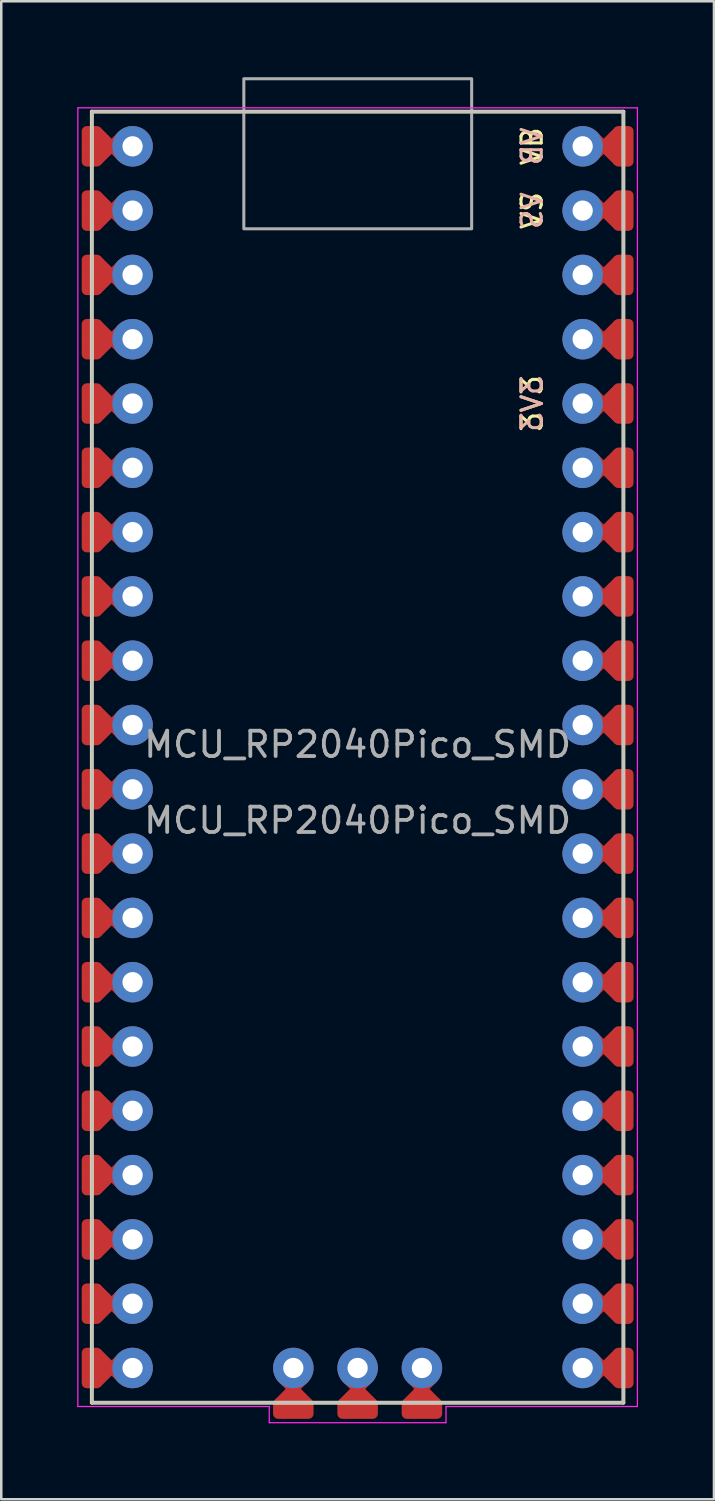
<source format=kicad_pcb>
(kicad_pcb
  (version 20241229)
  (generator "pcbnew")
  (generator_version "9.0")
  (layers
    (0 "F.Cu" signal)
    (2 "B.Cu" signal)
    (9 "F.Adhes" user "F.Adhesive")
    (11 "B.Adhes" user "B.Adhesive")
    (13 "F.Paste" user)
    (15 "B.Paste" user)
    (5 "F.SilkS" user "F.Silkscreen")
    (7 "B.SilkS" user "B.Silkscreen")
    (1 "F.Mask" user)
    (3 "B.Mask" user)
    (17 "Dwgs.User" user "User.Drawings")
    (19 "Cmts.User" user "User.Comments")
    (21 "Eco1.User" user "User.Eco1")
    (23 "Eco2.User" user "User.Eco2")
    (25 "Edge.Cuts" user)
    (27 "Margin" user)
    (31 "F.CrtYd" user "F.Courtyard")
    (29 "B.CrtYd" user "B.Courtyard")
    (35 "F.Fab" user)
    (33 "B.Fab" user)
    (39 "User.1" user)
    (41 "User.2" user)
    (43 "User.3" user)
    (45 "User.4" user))
  (footprint "MCU_RP2040Pico_SMD"
    (layer "F.Cu")
    (at 11.077 26.86)
    (property "Reference" "MCU_RP2040Pico_SMD" (at 0 -0.5 0) (unlocked yes) (layer "F.Fab") (effects (font (size 1 1) (thickness 0.15))))
    (attr through_hole)
    (fp_line (start -10.5 -25.5) (end -10.5 25.5) (stroke (width 0.15) (type default)) (layer "F.SilkS"))
    (fp_line (start -10.5 -25.5) (end 10.5 -25.5) (stroke (width 0.15) (type default)) (layer "F.SilkS"))
    (fp_line (start 10.5 25.5) (end -10.5 25.5) (stroke (width 0.15) (type default)) (layer "F.SilkS"))
    (fp_line (start 10.5 25.5) (end 10.5 -25.5) (stroke (width 0.15) (type default)) (layer "F.SilkS"))
    (fp_rect (start -10.5 -25.5) (end 10.5 25.5) (stroke (width 0.12) (type default)) (fill no) (layer "Dwgs.User"))
    (fp_line (start -11.052 -25.65) (end -11.052 25.65) (stroke (width 0.05) (type default)) (layer "F.CrtYd"))
    (fp_line (start -11.052 -25.65) (end 11.052 -25.65) (stroke (width 0.05) (type default)) (layer "F.CrtYd"))
    (fp_line (start -3.49 25.65) (end -11.052 25.65) (stroke (width 0.05) (type default)) (layer "F.CrtYd"))
    (fp_line (start -3.49 25.65) (end -3.49 26.29) (stroke (width 0.05) (type default)) (layer "F.CrtYd"))
    (fp_line (start -3.49 26.29) (end 3.49 26.29) (stroke (width 0.05) (type default)) (layer "F.CrtYd"))
    (fp_line (start 3.49 25.65) (end 3.49 26.29) (stroke (width 0.05) (type default)) (layer "F.CrtYd"))
    (fp_line (start 11.052 25.65) (end 3.49 25.65) (stroke (width 0.05) (type default)) (layer "F.CrtYd"))
    (fp_line (start 11.052 25.65) (end 11.052 -25.65) (stroke (width 0.05) (type default)) (layer "F.CrtYd"))
    (fp_rect (start -4.495 -20.872) (end 4.505 -26.8) (stroke (width 0.12) (type default)) (fill no) (layer "F.Fab"))
    (fp_text user "3V3" (at 6.89 -13.97 90) (layer "F.SilkS") (effects (font (size 0.8 0.8) (thickness 0.12))))
    (fp_text user "VS" (at 6.89 -21.59 90) (layer "F.SilkS") (effects (font (size 0.8 0.8) (thickness 0.12))))
    (fp_text user "VB" (at 6.89 -24.13 90) (layer "F.SilkS") (effects (font (size 0.8 0.8) (thickness 0.12))))
    (fp_text user "VS" (at 6.89 -21.59 270) (layer "B.SilkS") (effects (font (size 0.8 0.8) (thickness 0.12)) (justify mirror)))
    (fp_text user "3V3" (at 6.89 -13.97 270) (layer "B.SilkS") (effects (font (size 0.8 0.8) (thickness 0.12)) (justify mirror)))
    (fp_text user "VB" (at 6.89 -24.13 270) (layer "B.SilkS") (effects (font (size 0.8 0.8) (thickness 0.12)) (justify mirror)))
    (fp_text user "${REFERENCE}" (at 0 2.5 0) (unlocked yes) (layer "F.Fab") (effects (font (size 1 1) (thickness 0.15))))
    (pad "1" smd roundrect (at -10.5 -24.13) (size 0.8 1.6) (layers "F.Cu" "F.Mask") (roundrect_rratio 0.25) (chamfer_ratio 0.2) (chamfer))
    (pad "1" smd rect (at -10.16 -24.13 45) (size 1.05 1.05) (layers "F.Cu" "F.Mask"))
    (pad "1" smd roundrect (at -9.278 -24.13 45) (size 1.05 1.05) (layers "F.Cu" "F.Mask") (roundrect_rratio 0.25))
    (pad "1" thru_hole circle (at -8.89 -24.13) (size 1.6 1.6) (drill 0.8) (layers "*.Cu" "*.Mask"))
    (pad "2" smd roundrect (at -10.5 -21.59) (size 0.8 1.6) (layers "F.Cu" "F.Mask") (roundrect_rratio 0.25) (chamfer_ratio 0.2) (chamfer))
    (pad "2" smd rect (at -10.16 -21.59 45) (size 1.05 1.05) (layers "F.Cu" "F.Mask"))
    (pad "2" smd roundrect (at -9.278 -21.59 45) (size 1.05 1.05) (layers "F.Cu" "F.Mask") (roundrect_rratio 0.25))
    (pad "2" thru_hole circle (at -8.89 -21.59) (size 1.6 1.6) (drill 0.8) (layers "*.Cu" "*.Mask"))
    (pad "3" smd roundrect (at -10.5 -19.05) (size 0.8 1.6) (layers "F.Cu" "F.Mask") (roundrect_rratio 0.25) (chamfer_ratio 0.2) (chamfer))
    (pad "3" smd rect (at -10.16 -19.05 45) (size 1.05 1.05) (layers "F.Cu" "F.Mask"))
    (pad "3" smd roundrect (at -9.278 -19.05 45) (size 1.05 1.05) (layers "F.Cu" "F.Mask") (roundrect_rratio 0.25))
    (pad "3" thru_hole circle (at -8.89 -19.05 90) (size 1.6 1.6) (drill 0.8) (layers "*.Cu" "*.Mask"))
    (pad "4" smd roundrect (at -10.5 -16.51) (size 0.8 1.6) (layers "F.Cu" "F.Mask") (roundrect_rratio 0.25) (chamfer_ratio 0.2) (chamfer))
    (pad "4" smd rect (at -10.16 -16.51 45) (size 1.05 1.05) (layers "F.Cu" "F.Mask"))
    (pad "4" smd roundrect (at -9.278 -16.51 45) (size 1.05 1.05) (layers "F.Cu" "F.Mask") (roundrect_rratio 0.25))
    (pad "4" thru_hole circle (at -8.89 -16.51) (size 1.6 1.6) (drill 0.8) (layers "*.Cu" "*.Mask"))
    (pad "5" smd roundrect (at -10.5 -13.97) (size 0.8 1.6) (layers "F.Cu" "F.Mask") (roundrect_rratio 0.25) (chamfer_ratio 0.2) (chamfer))
    (pad "5" smd rect (at -10.16 -13.97 45) (size 1.05 1.05) (layers "F.Cu" "F.Mask"))
    (pad "5" smd roundrect (at -9.278 -13.97 45) (size 1.05 1.05) (layers "F.Cu" "F.Mask") (roundrect_rratio 0.25))
    (pad "5" thru_hole circle (at -8.89 -13.97) (size 1.6 1.6) (drill 0.8) (layers "*.Cu" "*.Mask"))
    (pad "6" smd roundrect (at -10.5 -11.43) (size 0.8 1.6) (layers "F.Cu" "F.Mask") (roundrect_rratio 0.25) (chamfer_ratio 0.2) (chamfer))
    (pad "6" smd rect (at -10.16 -11.43 45) (size 1.05 1.05) (layers "F.Cu" "F.Mask"))
    (pad "6" smd roundrect (at -9.278 -11.43 45) (size 1.05 1.05) (layers "F.Cu" "F.Mask") (roundrect_rratio 0.25))
    (pad "6" thru_hole circle (at -8.89 -11.43) (size 1.6 1.6) (drill 0.8) (layers "*.Cu" "*.Mask"))
    (pad "7" smd roundrect (at -10.5 -8.89) (size 0.8 1.6) (layers "F.Cu" "F.Mask") (roundrect_rratio 0.25) (chamfer_ratio 0.2) (chamfer))
    (pad "7" smd rect (at -10.16 -8.89 45) (size 1.05 1.05) (layers "F.Cu" "F.Mask"))
    (pad "7" smd roundrect (at -9.278 -8.89 45) (size 1.05 1.05) (layers "F.Cu" "F.Mask") (roundrect_rratio 0.25))
    (pad "7" thru_hole circle (at -8.89 -8.89) (size 1.6 1.6) (drill 0.8) (layers "*.Cu" "*.Mask"))
    (pad "8" smd roundrect (at -10.5 -6.35) (size 0.8 1.6) (layers "F.Cu" "F.Mask") (roundrect_rratio 0.25) (chamfer_ratio 0.2) (chamfer))
    (pad "8" smd rect (at -10.16 -6.35 45) (size 1.05 1.05) (layers "F.Cu" "F.Mask"))
    (pad "8" smd roundrect (at -9.278 -6.35 45) (size 1.05 1.05) (layers "F.Cu" "F.Mask") (roundrect_rratio 0.25))
    (pad "8" thru_hole circle (at -8.89 -6.35) (size 1.6 1.6) (drill 0.8) (layers "*.Cu" "*.Mask"))
    (pad "9" smd roundrect (at -10.5 -3.81) (size 0.8 1.6) (layers "F.Cu" "F.Mask") (roundrect_rratio 0.25) (chamfer_ratio 0.2) (chamfer))
    (pad "9" smd rect (at -10.16 -3.81 45) (size 1.05 1.05) (layers "F.Cu" "F.Mask"))
    (pad "9" smd roundrect (at -9.278 -3.81 45) (size 1.05 1.05) (layers "F.Cu" "F.Mask") (roundrect_rratio 0.25))
    (pad "9" thru_hole circle (at -8.89 -3.81) (size 1.6 1.6) (drill 0.8) (layers "*.Cu" "*.Mask"))
    (pad "10" smd roundrect (at -10.5 -1.27) (size 0.8 1.6) (layers "F.Cu" "F.Mask") (roundrect_rratio 0.25) (chamfer_ratio 0.2) (chamfer))
    (pad "10" smd rect (at -10.16 -1.27 45) (size 1.05 1.05) (layers "F.Cu" "F.Mask"))
    (pad "10" smd roundrect (at -9.278 -1.27 45) (size 1.05 1.05) (layers "F.Cu" "F.Mask") (roundrect_rratio 0.25))
    (pad "10" thru_hole circle (at -8.89 -1.27) (size 1.6 1.6) (drill 0.8) (layers "*.Cu" "*.Mask"))
    (pad "11" smd roundrect (at -10.5 1.27) (size 0.8 1.6) (layers "F.Cu" "F.Mask") (roundrect_rratio 0.25) (chamfer_ratio 0.2) (chamfer))
    (pad "11" smd rect (at -10.16 1.27 45) (size 1.05 1.05) (layers "F.Cu" "F.Mask"))
    (pad "11" smd roundrect (at -9.278 1.27 45) (size 1.05 1.05) (layers "F.Cu" "F.Mask") (roundrect_rratio 0.25))
    (pad "11" thru_hole circle (at -8.89 1.27) (size 1.6 1.6) (drill 0.8) (layers "*.Cu" "*.Mask"))
    (pad "12" smd roundrect (at -10.5 3.81) (size 0.8 1.6) (layers "F.Cu" "F.Mask") (roundrect_rratio 0.25) (chamfer_ratio 0.2) (chamfer))
    (pad "12" smd rect (at -10.16 3.81 45) (size 1.05 1.05) (layers "F.Cu" "F.Mask"))
    (pad "12" smd roundrect (at -9.278 3.81 45) (size 1.05 1.05) (layers "F.Cu" "F.Mask") (roundrect_rratio 0.25))
    (pad "12" thru_hole circle (at -8.89 3.81) (size 1.6 1.6) (drill 0.8) (layers "*.Cu" "*.Mask"))
    (pad "13" smd roundrect (at -10.5 6.35) (size 0.8 1.6) (layers "F.Cu" "F.Mask") (roundrect_rratio 0.25) (chamfer_ratio 0.2) (chamfer))
    (pad "13" smd rect (at -10.16 6.35 45) (size 1.05 1.05) (layers "F.Cu" "F.Mask"))
    (pad "13" smd roundrect (at -9.278 6.35 45) (size 1.05 1.05) (layers "F.Cu" "F.Mask") (roundrect_rratio 0.25))
    (pad "13" thru_hole circle (at -8.89 6.35) (size 1.6 1.6) (drill 0.8) (layers "*.Cu" "*.Mask"))
    (pad "14" smd roundrect (at -10.5 8.89) (size 0.8 1.6) (layers "F.Cu" "F.Mask") (roundrect_rratio 0.25) (chamfer_ratio 0.2) (chamfer))
    (pad "14" smd rect (at -10.16 8.89 45) (size 1.05 1.05) (layers "F.Cu" "F.Mask"))
    (pad "14" smd roundrect (at -9.278 8.89 45) (size 1.05 1.05) (layers "F.Cu" "F.Mask") (roundrect_rratio 0.25))
    (pad "14" thru_hole circle (at -8.89 8.89) (size 1.6 1.6) (drill 0.8) (layers "*.Cu" "*.Mask"))
    (pad "15" smd roundrect (at -10.5 11.43) (size 0.8 1.6) (layers "F.Cu" "F.Mask") (roundrect_rratio 0.25) (chamfer_ratio 0.2) (chamfer))
    (pad "15" smd rect (at -10.16 11.43 45) (size 1.05 1.05) (layers "F.Cu" "F.Mask"))
    (pad "15" smd roundrect (at -9.278 11.43 45) (size 1.05 1.05) (layers "F.Cu" "F.Mask") (roundrect_rratio 0.25))
    (pad "15" thru_hole circle (at -8.89 11.43) (size 1.6 1.6) (drill 0.8) (layers "*.Cu" "*.Mask"))
    (pad "16" smd roundrect (at -10.5 13.97) (size 0.8 1.6) (layers "F.Cu" "F.Mask") (roundrect_rratio 0.25) (chamfer_ratio 0.2) (chamfer))
    (pad "16" smd rect (at -10.16 13.97 45) (size 1.05 1.05) (layers "F.Cu" "F.Mask"))
    (pad "16" smd roundrect (at -9.278 13.97 45) (size 1.05 1.05) (layers "F.Cu" "F.Mask") (roundrect_rratio 0.25))
    (pad "16" thru_hole circle (at -8.89 13.97) (size 1.6 1.6) (drill 0.8) (layers "*.Cu" "*.Mask"))
    (pad "17" smd roundrect (at -10.5 16.51) (size 0.8 1.6) (layers "F.Cu" "F.Mask") (roundrect_rratio 0.25) (chamfer_ratio 0.2) (chamfer))
    (pad "17" smd rect (at -10.16 16.51 45) (size 1.05 1.05) (layers "F.Cu" "F.Mask"))
    (pad "17" smd roundrect (at -9.278 16.51 45) (size 1.05 1.05) (layers "F.Cu" "F.Mask") (roundrect_rratio 0.25))
    (pad "17" thru_hole circle (at -8.89 16.51) (size 1.6 1.6) (drill 0.8) (layers "*.Cu" "*.Mask"))
    (pad "18" smd roundrect (at -10.5 19.05) (size 0.8 1.6) (layers "F.Cu" "F.Mask") (roundrect_rratio 0.25) (chamfer_ratio 0.2) (chamfer))
    (pad "18" smd rect (at -10.16 19.05 45) (size 1.05 1.05) (layers "F.Cu" "F.Mask"))
    (pad "18" smd roundrect (at -9.278 19.05 45) (size 1.05 1.05) (layers "F.Cu" "F.Mask") (roundrect_rratio 0.25))
    (pad "18" thru_hole circle (at -8.89 19.05) (size 1.6 1.6) (drill 0.8) (layers "*.Cu" "*.Mask"))
    (pad "19" smd roundrect (at -10.5 21.59) (size 0.8 1.6) (layers "F.Cu" "F.Mask") (roundrect_rratio 0.25) (chamfer_ratio 0.2) (chamfer))
    (pad "19" smd rect (at -10.16 21.59 45) (size 1.05 1.05) (layers "F.Cu" "F.Mask"))
    (pad "19" smd roundrect (at -9.278 21.59 45) (size 1.05 1.05) (layers "F.Cu" "F.Mask") (roundrect_rratio 0.25))
    (pad "19" thru_hole circle (at -8.89 21.59) (size 1.6 1.6) (drill 0.8) (layers "*.Cu" "*.Mask"))
    (pad "20" smd roundrect (at -10.5 24.13) (size 0.8 1.6) (layers "F.Cu" "F.Mask") (roundrect_rratio 0.25) (chamfer_ratio 0.2) (chamfer))
    (pad "20" smd rect (at -10.16 24.13 45) (size 1.05 1.05) (layers "F.Cu" "F.Mask"))
    (pad "20" smd roundrect (at -9.278 24.13 45) (size 1.05 1.05) (layers "F.Cu" "F.Mask") (roundrect_rratio 0.25))
    (pad "20" thru_hole circle (at -8.89 24.13) (size 1.6 1.6) (drill 0.8) (layers "*.Cu" "*.Mask"))
    (pad "21" thru_hole circle (at 8.89 24.13) (size 1.6 1.6) (drill 0.8) (layers "*.Cu" "*.Mask"))
    (pad "21" smd roundrect (at 9.278 24.13 225) (size 1.05 1.05) (layers "F.Cu" "F.Mask") (roundrect_rratio 0.25))
    (pad "21" smd rect (at 10.16 24.13 225) (size 1.05 1.05) (layers "F.Cu" "F.Mask"))
    (pad "21" smd roundrect (at 10.5 24.13 180) (size 0.8 1.6) (layers "F.Cu" "F.Mask") (roundrect_rratio 0.25) (chamfer_ratio 0.2) (chamfer))
    (pad "22" thru_hole circle (at 8.89 21.59) (size 1.6 1.6) (drill 0.8) (layers "*.Cu" "*.Mask"))
    (pad "22" smd roundrect (at 9.278 21.59 225) (size 1.05 1.05) (layers "F.Cu" "F.Mask") (roundrect_rratio 0.25))
    (pad "22" smd rect (at 10.16 21.59 225) (size 1.05 1.05) (layers "F.Cu" "F.Mask"))
    (pad "22" smd roundrect (at 10.5 21.59 180) (size 0.8 1.6) (layers "F.Cu" "F.Mask") (roundrect_rratio 0.25) (chamfer_ratio 0.2) (chamfer))
    (pad "23" thru_hole circle (at 8.89 19.05) (size 1.6 1.6) (drill 0.8) (layers "*.Cu" "*.Mask"))
    (pad "23" smd roundrect (at 9.278 19.05 225) (size 1.05 1.05) (layers "F.Cu" "F.Mask") (roundrect_rratio 0.25))
    (pad "23" smd rect (at 10.16 19.05 225) (size 1.05 1.05) (layers "F.Cu" "F.Mask"))
    (pad "23" smd roundrect (at 10.5 19.05 180) (size 0.8 1.6) (layers "F.Cu" "F.Mask") (roundrect_rratio 0.25) (chamfer_ratio 0.2) (chamfer))
    (pad "24" thru_hole circle (at 8.89 16.51) (size 1.6 1.6) (drill 0.8) (layers "*.Cu" "*.Mask"))
    (pad "24" smd roundrect (at 9.278 16.51 225) (size 1.05 1.05) (layers "F.Cu" "F.Mask") (roundrect_rratio 0.25))
    (pad "24" smd rect (at 10.16 16.51 225) (size 1.05 1.05) (layers "F.Cu" "F.Mask"))
    (pad "24" smd roundrect (at 10.5 16.51 180) (size 0.8 1.6) (layers "F.Cu" "F.Mask") (roundrect_rratio 0.25) (chamfer_ratio 0.2) (chamfer))
    (pad "25" thru_hole circle (at 8.89 13.97) (size 1.6 1.6) (drill 0.8) (layers "*.Cu" "*.Mask"))
    (pad "25" smd roundrect (at 9.278 13.97 225) (size 1.05 1.05) (layers "F.Cu" "F.Mask") (roundrect_rratio 0.25))
    (pad "25" smd rect (at 10.16 13.97 225) (size 1.05 1.05) (layers "F.Cu" "F.Mask"))
    (pad "25" smd roundrect (at 10.5 13.97 180) (size 0.8 1.6) (layers "F.Cu" "F.Mask") (roundrect_rratio 0.25) (chamfer_ratio 0.2) (chamfer))
    (pad "26" thru_hole circle (at 8.89 11.43) (size 1.6 1.6) (drill 0.8) (layers "*.Cu" "*.Mask"))
    (pad "26" smd roundrect (at 9.278 11.43 225) (size 1.05 1.05) (layers "F.Cu" "F.Mask") (roundrect_rratio 0.25))
    (pad "26" smd rect (at 10.16 11.43 225) (size 1.05 1.05) (layers "F.Cu" "F.Mask"))
    (pad "26" smd roundrect (at 10.5 11.43 180) (size 0.8 1.6) (layers "F.Cu" "F.Mask") (roundrect_rratio 0.25) (chamfer_ratio 0.2) (chamfer))
    (pad "27" thru_hole circle (at 8.89 8.89) (size 1.6 1.6) (drill 0.8) (layers "*.Cu" "*.Mask"))
    (pad "27" smd roundrect (at 9.278 8.89 225) (size 1.05 1.05) (layers "F.Cu" "F.Mask") (roundrect_rratio 0.25))
    (pad "27" smd rect (at 10.16 8.89 225) (size 1.05 1.05) (layers "F.Cu" "F.Mask"))
    (pad "27" smd roundrect (at 10.5 8.89 180) (size 0.8 1.6) (layers "F.Cu" "F.Mask") (roundrect_rratio 0.25) (chamfer_ratio 0.2) (chamfer))
    (pad "28" thru_hole circle (at 8.89 6.35) (size 1.6 1.6) (drill 0.8) (layers "*.Cu" "*.Mask"))
    (pad "28" smd roundrect (at 9.278 6.35 225) (size 1.05 1.05) (layers "F.Cu" "F.Mask") (roundrect_rratio 0.25))
    (pad "28" smd rect (at 10.16 6.35 225) (size 1.05 1.05) (layers "F.Cu" "F.Mask"))
    (pad "28" smd roundrect (at 10.5 6.35 180) (size 0.8 1.6) (layers "F.Cu" "F.Mask") (roundrect_rratio 0.25) (chamfer_ratio 0.2) (chamfer))
    (pad "29" thru_hole circle (at 8.89 3.81) (size 1.6 1.6) (drill 0.8) (layers "*.Cu" "*.Mask"))
    (pad "29" smd roundrect (at 9.278 3.81 225) (size 1.05 1.05) (layers "F.Cu" "F.Mask") (roundrect_rratio 0.25))
    (pad "29" smd rect (at 10.16 3.81 225) (size 1.05 1.05) (layers "F.Cu" "F.Mask"))
    (pad "29" smd roundrect (at 10.5 3.81 180) (size 0.8 1.6) (layers "F.Cu" "F.Mask") (roundrect_rratio 0.25) (chamfer_ratio 0.2) (chamfer))
    (pad "30" thru_hole circle (at 8.89 1.27) (size 1.6 1.6) (drill 0.8) (layers "*.Cu" "*.Mask"))
    (pad "30" smd roundrect (at 9.278 1.27 225) (size 1.05 1.05) (layers "F.Cu" "F.Mask") (roundrect_rratio 0.25))
    (pad "30" smd rect (at 10.16 1.27 225) (size 1.05 1.05) (layers "F.Cu" "F.Mask"))
    (pad "30" smd roundrect (at 10.5 1.27 180) (size 0.8 1.6) (layers "F.Cu" "F.Mask") (roundrect_rratio 0.25) (chamfer_ratio 0.2) (chamfer))
    (pad "31" thru_hole circle (at 8.89 -1.27) (size 1.6 1.6) (drill 0.8) (layers "*.Cu" "*.Mask"))
    (pad "31" smd roundrect (at 9.278 -1.27 225) (size 1.05 1.05) (layers "F.Cu" "F.Mask") (roundrect_rratio 0.25))
    (pad "31" smd rect (at 10.16 -1.27 225) (size 1.05 1.05) (layers "F.Cu" "F.Mask"))
    (pad "31" smd roundrect (at 10.5 -1.27 180) (size 0.8 1.6) (layers "F.Cu" "F.Mask") (roundrect_rratio 0.25) (chamfer_ratio 0.2) (chamfer))
    (pad "32" thru_hole circle (at 8.89 -3.81) (size 1.6 1.6) (drill 0.8) (layers "*.Cu" "*.Mask"))
    (pad "32" smd roundrect (at 9.278 -3.81 225) (size 1.05 1.05) (layers "F.Cu" "F.Mask") (roundrect_rratio 0.25))
    (pad "32" smd rect (at 10.16 -3.81 225) (size 1.05 1.05) (layers "F.Cu" "F.Mask"))
    (pad "32" smd roundrect (at 10.5 -3.81 180) (size 0.8 1.6) (layers "F.Cu" "F.Mask") (roundrect_rratio 0.25) (chamfer_ratio 0.2) (chamfer))
    (pad "33" thru_hole circle (at 8.89 -6.35) (size 1.6 1.6) (drill 0.8) (layers "*.Cu" "*.Mask"))
    (pad "33" smd roundrect (at 9.278 -6.35 225) (size 1.05 1.05) (layers "F.Cu" "F.Mask") (roundrect_rratio 0.25))
    (pad "33" smd rect (at 10.16 -6.35 225) (size 1.05 1.05) (layers "F.Cu" "F.Mask"))
    (pad "33" smd roundrect (at 10.5 -6.35 180) (size 0.8 1.6) (layers "F.Cu" "F.Mask") (roundrect_rratio 0.25) (chamfer_ratio 0.2) (chamfer))
    (pad "34" thru_hole circle (at 8.89 -8.89) (size 1.6 1.6) (drill 0.8) (layers "*.Cu" "*.Mask"))
    (pad "34" smd roundrect (at 9.278 -8.89 225) (size 1.05 1.05) (layers "F.Cu" "F.Mask") (roundrect_rratio 0.25))
    (pad "34" smd rect (at 10.16 -8.89 225) (size 1.05 1.05) (layers "F.Cu" "F.Mask"))
    (pad "34" smd roundrect (at 10.5 -8.89 180) (size 0.8 1.6) (layers "F.Cu" "F.Mask") (roundrect_rratio 0.25) (chamfer_ratio 0.2) (chamfer))
    (pad "35" thru_hole circle (at 8.89 -11.43) (size 1.6 1.6) (drill 0.8) (layers "*.Cu" "*.Mask"))
    (pad "35" smd roundrect (at 9.278 -11.43 225) (size 1.05 1.05) (layers "F.Cu" "F.Mask") (roundrect_rratio 0.25))
    (pad "35" smd rect (at 10.16 -11.43 225) (size 1.05 1.05) (layers "F.Cu" "F.Mask"))
    (pad "35" smd roundrect (at 10.5 -11.43 180) (size 0.8 1.6) (layers "F.Cu" "F.Mask") (roundrect_rratio 0.25) (chamfer_ratio 0.2) (chamfer))
    (pad "36" thru_hole circle (at 8.89 -13.97) (size 1.6 1.6) (drill 0.8) (layers "*.Cu" "*.Mask"))
    (pad "36" smd roundrect (at 9.278 -13.97 225) (size 1.05 1.05) (layers "F.Cu" "F.Mask") (roundrect_rratio 0.25))
    (pad "36" smd rect (at 10.16 -13.97 225) (size 1.05 1.05) (layers "F.Cu" "F.Mask"))
    (pad "36" smd roundrect (at 10.5 -13.97 180) (size 0.8 1.6) (layers "F.Cu" "F.Mask") (roundrect_rratio 0.25) (chamfer_ratio 0.2) (chamfer))
    (pad "37" thru_hole circle (at 8.89 -16.51) (size 1.6 1.6) (drill 0.8) (layers "*.Cu" "*.Mask"))
    (pad "37" smd roundrect (at 9.278 -16.51 225) (size 1.05 1.05) (layers "F.Cu" "F.Mask") (roundrect_rratio 0.25))
    (pad "37" smd rect (at 10.16 -16.51 225) (size 1.05 1.05) (layers "F.Cu" "F.Mask"))
    (pad "37" smd roundrect (at 10.5 -16.51 180) (size 0.8 1.6) (layers "F.Cu" "F.Mask") (roundrect_rratio 0.25) (chamfer_ratio 0.2) (chamfer))
    (pad "38" thru_hole circle (at 8.89 -19.05) (size 1.6 1.6) (drill 0.8) (layers "*.Cu" "*.Mask"))
    (pad "38" smd roundrect (at 9.278 -19.05 225) (size 1.05 1.05) (layers "F.Cu" "F.Mask") (roundrect_rratio 0.25))
    (pad "38" smd rect (at 10.16 -19.05 225) (size 1.05 1.05) (layers "F.Cu" "F.Mask"))
    (pad "38" smd roundrect (at 10.5 -19.05 180) (size 0.8 1.6) (layers "F.Cu" "F.Mask") (roundrect_rratio 0.25) (chamfer_ratio 0.2) (chamfer))
    (pad "39" thru_hole circle (at 8.89 -21.59) (size 1.6 1.6) (drill 0.8) (layers "*.Cu" "*.Mask"))
    (pad "39" smd roundrect (at 9.278 -21.59 225) (size 1.05 1.05) (layers "F.Cu" "F.Mask") (roundrect_rratio 0.25))
    (pad "39" smd rect (at 10.16 -21.59 225) (size 1.05 1.05) (layers "F.Cu" "F.Mask"))
    (pad "39" smd roundrect (at 10.5 -21.59 180) (size 0.8 1.6) (layers "F.Cu" "F.Mask") (roundrect_rratio 0.25) (chamfer_ratio 0.2) (chamfer))
    (pad "40" thru_hole circle (at 8.89 -24.13) (size 1.6 1.6) (drill 0.8) (layers "*.Cu" "*.Mask"))
    (pad "40" smd roundrect (at 9.278 -24.13 225) (size 1.05 1.05) (layers "F.Cu" "F.Mask") (roundrect_rratio 0.25))
    (pad "40" smd rect (at 10.16 -24.13 225) (size 1.05 1.05) (layers "F.Cu" "F.Mask"))
    (pad "40" smd roundrect (at 10.5 -24.13 180) (size 0.8 1.6) (layers "F.Cu" "F.Mask") (roundrect_rratio 0.25) (chamfer_ratio 0.2) (chamfer))
    (pad "D1" thru_hole circle (at -2.54 24.13) (size 1.6 1.6) (drill 0.8) (layers "*.Cu" "*.Mask"))
    (pad "D1" smd roundrect (at -2.54 24.518 135) (size 1.05 1.05) (layers "F.Cu" "F.Mask") (roundrect_rratio 0.25))
    (pad "D1" smd rect (at -2.54 25.4 135) (size 1.05 1.05) (layers "F.Cu" "F.Mask"))
    (pad "D1" smd roundrect (at -2.54 25.74 90) (size 0.8 1.6) (layers "F.Cu" "F.Mask") (roundrect_rratio 0.25) (chamfer_ratio 0.2) (chamfer))
    (pad "D2" thru_hole circle (at 0 24.13) (size 1.6 1.6) (drill 0.8) (layers "*.Cu" "*.Mask"))
    (pad "D2" smd roundrect (at 0 24.518 135) (size 1.05 1.05) (layers "F.Cu" "F.Mask") (roundrect_rratio 0.25))
    (pad "D2" smd rect (at 0 25.4 135) (size 1.05 1.05) (layers "F.Cu" "F.Mask"))
    (pad "D2" smd roundrect (at 0 25.74 90) (size 0.8 1.6) (layers "F.Cu" "F.Mask") (roundrect_rratio 0.25) (chamfer_ratio 0.2) (chamfer))
    (pad "D3" thru_hole circle (at 2.54 24.13) (size 1.6 1.6) (drill 0.8) (layers "*.Cu" "*.Mask"))
    (pad "D3" smd roundrect (at 2.54 24.518 135) (size 1.05 1.05) (layers "F.Cu" "F.Mask") (roundrect_rratio 0.25))
    (pad "D3" smd rect (at 2.54 25.4 135) (size 1.05 1.05) (layers "F.Cu" "F.Mask"))
    (pad "D3" smd roundrect (at 2.54 25.74 90) (size 0.8 1.6) (layers "F.Cu" "F.Mask") (roundrect_rratio 0.25) (chamfer_ratio 0.2) (chamfer)))
  (gr_rect
    (start -3 -3)
    (end 25.154 56.175)
    (stroke (width 0.1) (type default))
    (fill no)
    (layer "Edge.Cuts")))
</source>
